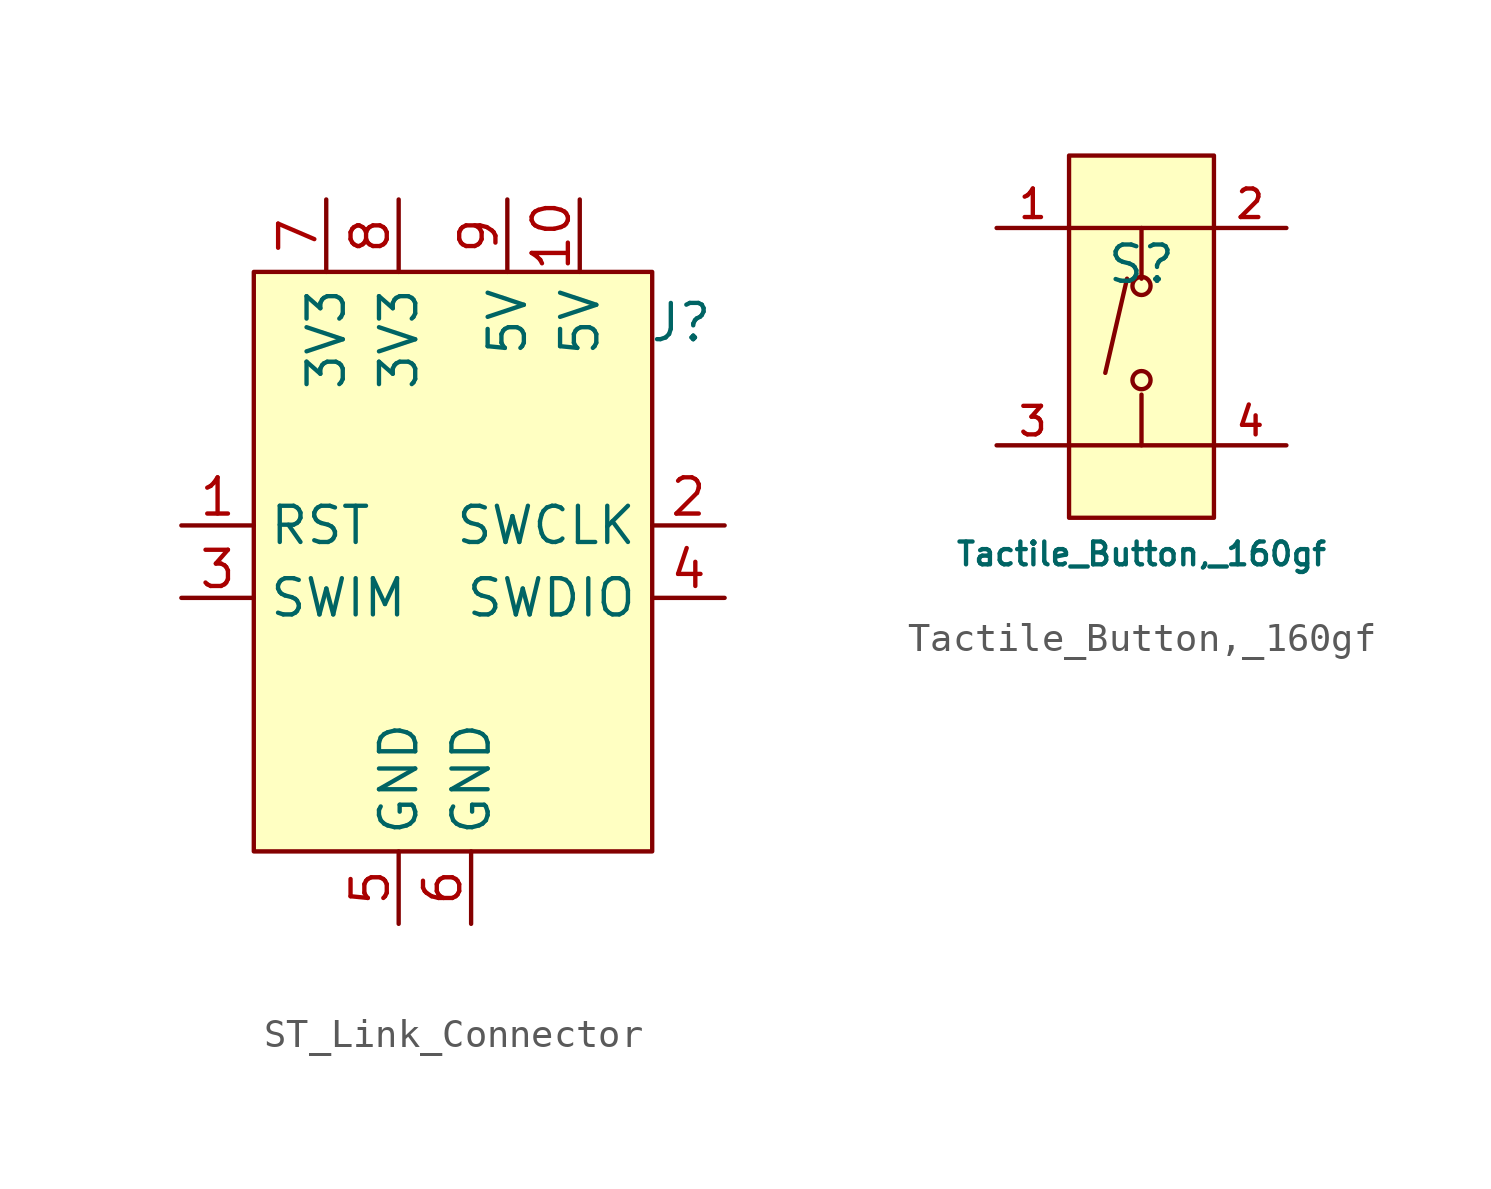
<source format=kicad_sym>
(kicad_symbol_lib
  (version 20241209)
  (generator "kicad_symbol_editor")
  (generator_version "9.0")
  (symbol "ST_Link_Connector"
    (property "Reference" "J"
      (at 8.636 9.652 0)
      (effects (font (size 1.27 1.27))))
    (property "Value" ""
      (at 0 0 0)
      (effects (font (size 1.27 1.27))))
    (symbol "ST_Link_Connector_1_1"
      (rectangle (start -6.35 11.43) (end 7.62 -8.89) (stroke (width 0) (type solid)) (fill (type background)))
      (pin passive line (at -8.89 2.54 0) (length 2.54) (name "RST" (effects (font (size 1.27 1.27)))) (number "1" (effects (font (size 1.27 1.27)))))
      (pin passive line (at -8.89 0 0) (length 2.54) (name "SWIM" (effects (font (size 1.27 1.27)))) (number "3" (effects (font (size 1.27 1.27)))))
      (pin passive line (at -3.81 13.97 270) (length 2.54) (name "3V3" (effects (font (size 1.27 1.27)))) (number "7" (effects (font (size 1.27 1.27)))))
      (pin power_out line (at -1.27 13.97 270) (length 2.54) (name "3V3" (effects (font (size 1.27 1.27)))) (number "8" (effects (font (size 1.27 1.27)))))
      (pin passive line (at -1.27 -11.43 90) (length 2.54) (name "GND" (effects (font (size 1.27 1.27)))) (number "5" (effects (font (size 1.27 1.27)))))
      (pin passive line (at 1.27 -11.43 90) (length 2.54) (name "GND" (effects (font (size 1.27 1.27)))) (number "6" (effects (font (size 1.27 1.27)))))
      (pin power_out line (at 2.54 13.97 270) (length 2.54) (name "5V" (effects (font (size 1.27 1.27)))) (number "9" (effects (font (size 1.27 1.27)))))
      (pin power_out line (at 5.08 13.97 270) (length 2.54) (name "5V" (effects (font (size 1.27 1.27)))) (number "10" (effects (font (size 1.27 1.27)))))
      (pin passive line (at 10.16 2.54 180) (length 2.54) (name "SWCLK" (effects (font (size 1.27 1.27)))) (number "2" (effects (font (size 1.27 1.27)))))
      (pin passive line (at 10.16 0 180) (length 2.54) (name "SWDIO" (effects (font (size 1.27 1.27)))) (number "4" (effects (font (size 1.27 1.27)))))))
  (symbol "Tactile_Button,_160gf"
    (pin_names
      (hide yes))
    (property "Reference" "S"
      (at 0 1.27 0)
      (effects (font (size 1.27 1.27))))
    (property "Value" "Tactile_Button,_160gf"
      (at 0 -8.89 0)
      (effects (font (size 0.8 0.8))))
    (symbol "Tactile_Button,_160gf_0_1"
      (polyline (pts (xy -2.54 2.54) (xy 2.54 2.54)) (stroke (width 0) (type default)) (fill (type none)))
      (polyline (pts (xy -2.54 -5.08) (xy 2.54 -5.08)) (stroke (width 0) (type default)) (fill (type none)))
      (polyline (pts (xy -0.508 0.762) (xy -1.27 -2.54)) (stroke (width 0) (type default)) (fill (type none)))
      (polyline (pts (xy 0 0.762) (xy 0 2.54)) (stroke (width 0) (type default)) (fill (type none)))
      (circle (center 0 0.508) (radius 0.318) (stroke (width 0) (type default)) (fill (type background)))
      (circle (center 0 -2.794) (radius 0.318) (stroke (width 0) (type default)) (fill (type background)))
      (polyline (pts (xy 0 -3.302) (xy 0 -5.08)) (stroke (width 0) (type default)) (fill (type none)))
      (pin unspecified line (at -5.08 2.54 0) (length 2.54) (name "A" (effects (font (size 1 1)))) (number "1" (effects (font (size 1 1)))))
      (pin unspecified line (at -5.08 -5.08 0) (length 2.54) (name "C" (effects (font (size 1 1)))) (number "3" (effects (font (size 1 1)))))
      (pin unspecified line (at 5.08 2.54 180) (length 2.54) (name "B" (effects (font (size 1 1)))) (number "2" (effects (font (size 1 1)))))
      (pin unspecified line (at 5.08 -5.08 180) (length 2.54) (name "D" (effects (font (size 1 1)))) (number "4" (effects (font (size 1 1))))))
    (symbol "Tactile_Button,_160gf_1_1"
      (rectangle (start -2.54 5.08) (end 2.54 -7.62) (stroke (width 0) (type default)) (fill (type background))))))
</source>
